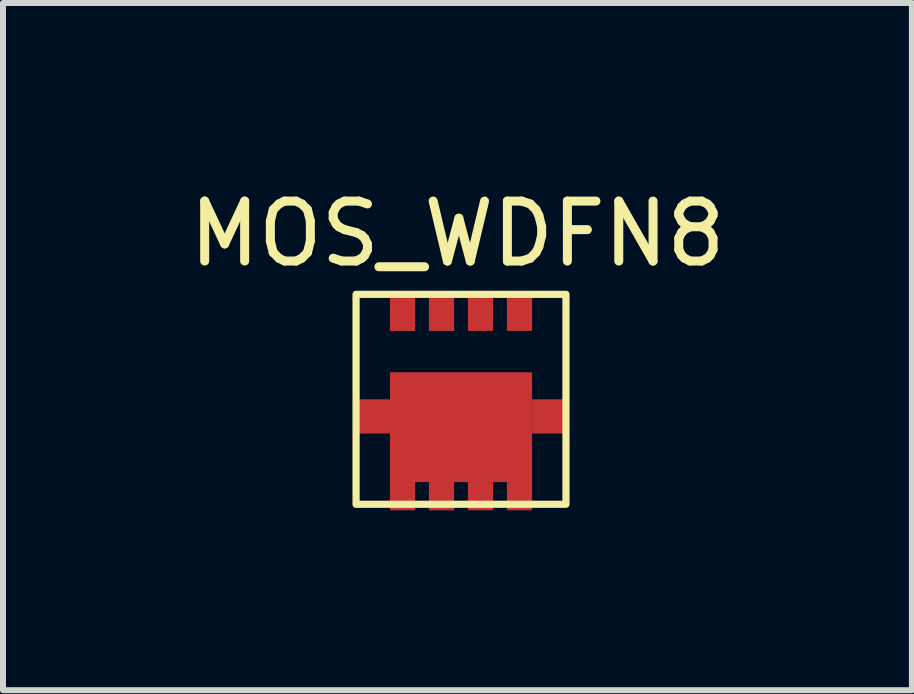
<source format=kicad_pcb>
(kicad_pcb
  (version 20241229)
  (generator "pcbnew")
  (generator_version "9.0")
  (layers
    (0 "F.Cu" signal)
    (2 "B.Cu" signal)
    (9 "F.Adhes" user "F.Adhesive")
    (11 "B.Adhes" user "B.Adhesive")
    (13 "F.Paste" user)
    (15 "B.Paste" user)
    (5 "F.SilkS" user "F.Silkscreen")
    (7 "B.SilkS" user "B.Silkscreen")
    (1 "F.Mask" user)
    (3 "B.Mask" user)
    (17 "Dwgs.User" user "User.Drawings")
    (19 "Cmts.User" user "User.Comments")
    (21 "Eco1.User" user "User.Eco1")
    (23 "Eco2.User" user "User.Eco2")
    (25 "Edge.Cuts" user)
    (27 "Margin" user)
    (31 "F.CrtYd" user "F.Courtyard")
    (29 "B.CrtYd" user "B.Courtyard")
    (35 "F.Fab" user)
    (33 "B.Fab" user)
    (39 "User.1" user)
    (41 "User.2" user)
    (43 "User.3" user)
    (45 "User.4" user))
  (footprint "MOS_WDFN8"
    (layer "F.Cu")
    (at 4.637 3.608)
    (property "Reference" "MOS_WDFN8" (at -0.06 -2.76 0) (unlocked yes) (layer "F.SilkS") (effects (font (size 1 1) (thickness 0.15))))
    (attr smd)
    (fp_rect (start -1.75 -1.75) (end 1.75 1.75) (stroke (width 0.12) (type solid)) (fill no) (layer "F.SilkS"))
    (pad "1" smd rect (at -0.975 -1.47) (size 0.42 0.66) (layers "F.Cu" "F.Mask" "F.Paste"))
    (pad "2" smd rect (at -1.458 0.285) (size 0.545 0.57) (layers "F.Cu" "F.Mask" "F.Paste"))
    (pad "2" smd rect (at -0.975 1.615) (size 0.42 0.47) (layers "F.Cu" "F.Mask" "F.Paste"))
    (pad "2" smd rect (at -0.325 1.615) (size 0.42 0.47) (layers "F.Cu" "F.Mask" "F.Paste"))
    (pad "2" smd rect (at 0 0.465) (size 2.37 1.83) (layers "F.Cu" "F.Mask" "F.Paste"))
    (pad "2" smd rect (at 0.325 1.615) (size 0.42 0.47) (layers "F.Cu" "F.Mask" "F.Paste"))
    (pad "2" smd rect (at 0.975 1.615) (size 0.42 0.47) (layers "F.Cu" "F.Mask" "F.Paste"))
    (pad "2" smd rect (at 1.458 0.285) (size 0.545 0.57) (layers "F.Cu" "F.Mask" "F.Paste"))
    (pad "3" smd rect (at -0.325 -1.47) (size 0.42 0.66) (layers "F.Cu" "F.Mask" "F.Paste"))
    (pad "3" smd rect (at 0.325 -1.47) (size 0.42 0.66) (layers "F.Cu" "F.Mask" "F.Paste"))
    (pad "3" smd rect (at 0.975 -1.47) (size 0.42 0.66) (layers "F.Cu" "F.Mask" "F.Paste")))
  (gr_rect
    (start -3 -3)
    (end 12.155 8.458)
    (stroke (width 0.1) (type default))
    (fill no)
    (layer "Edge.Cuts")))
</source>
